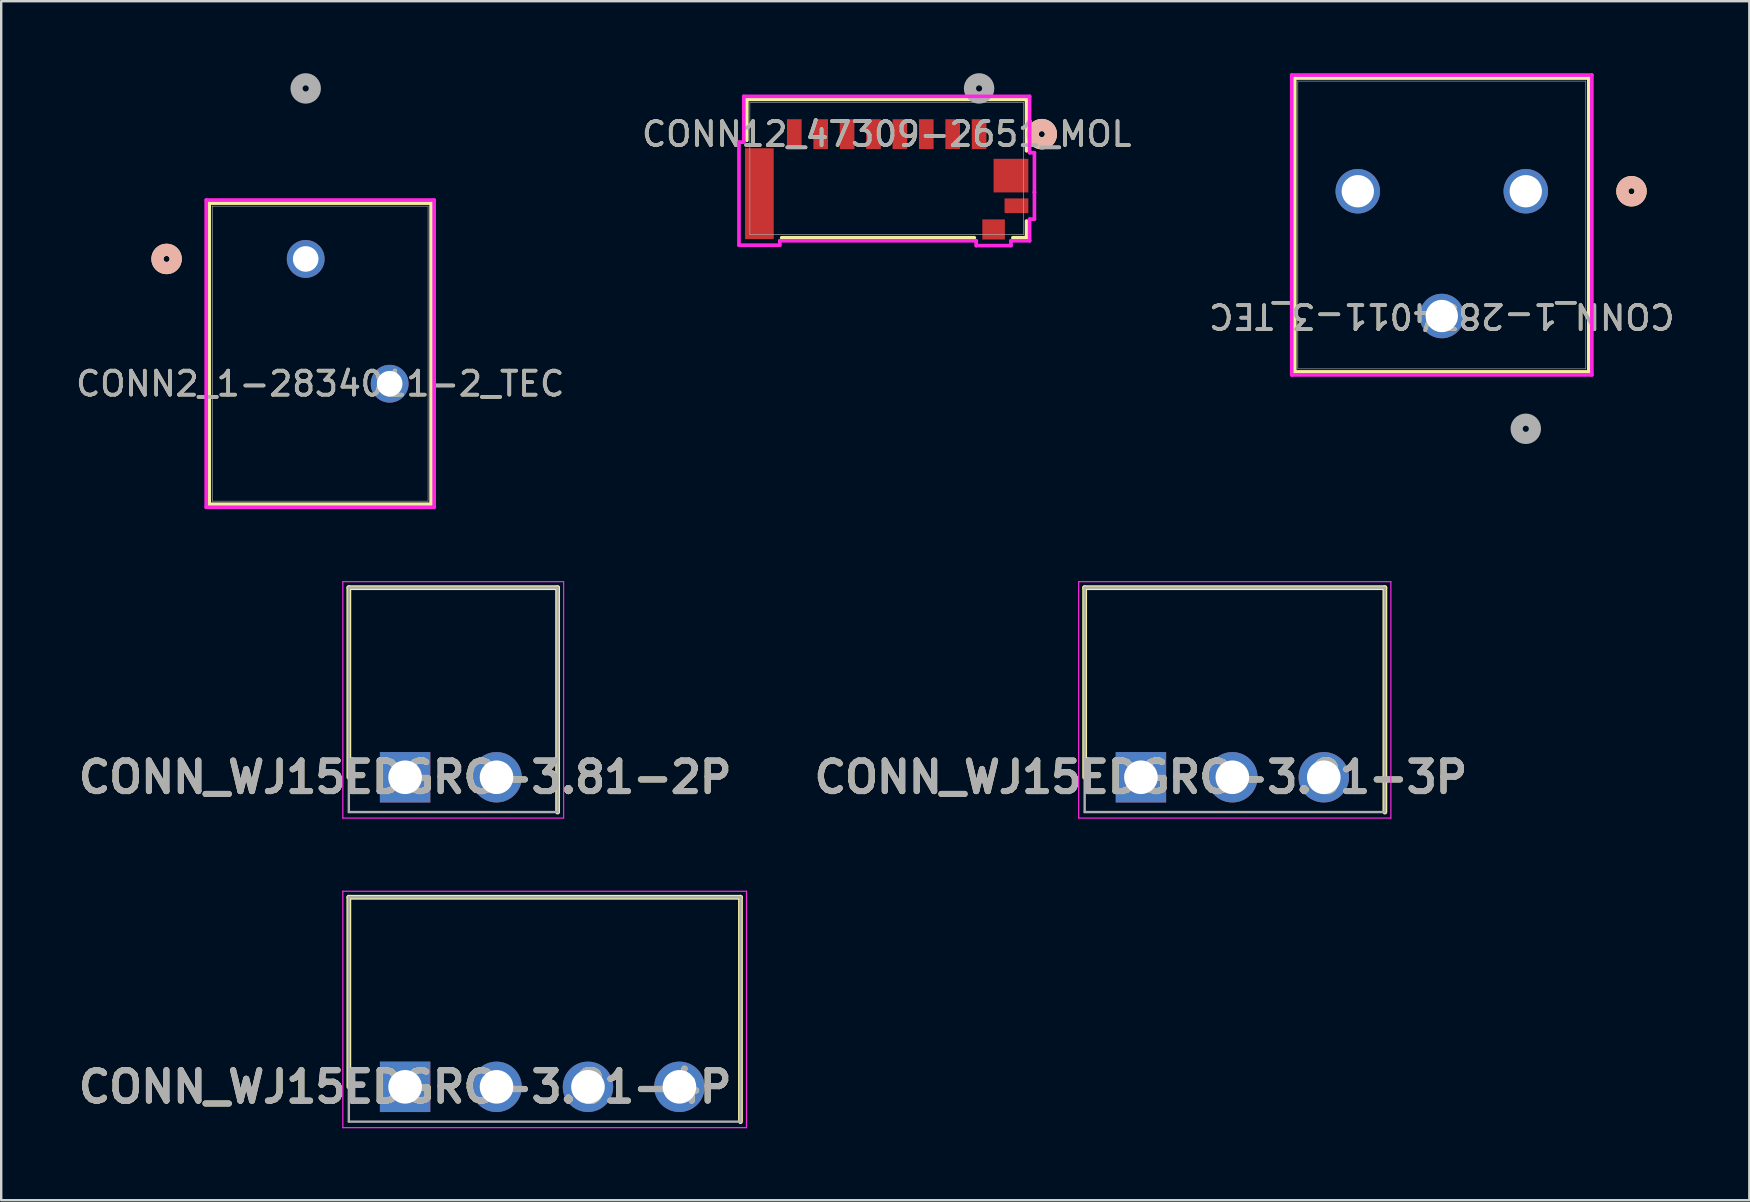
<source format=kicad_pcb>
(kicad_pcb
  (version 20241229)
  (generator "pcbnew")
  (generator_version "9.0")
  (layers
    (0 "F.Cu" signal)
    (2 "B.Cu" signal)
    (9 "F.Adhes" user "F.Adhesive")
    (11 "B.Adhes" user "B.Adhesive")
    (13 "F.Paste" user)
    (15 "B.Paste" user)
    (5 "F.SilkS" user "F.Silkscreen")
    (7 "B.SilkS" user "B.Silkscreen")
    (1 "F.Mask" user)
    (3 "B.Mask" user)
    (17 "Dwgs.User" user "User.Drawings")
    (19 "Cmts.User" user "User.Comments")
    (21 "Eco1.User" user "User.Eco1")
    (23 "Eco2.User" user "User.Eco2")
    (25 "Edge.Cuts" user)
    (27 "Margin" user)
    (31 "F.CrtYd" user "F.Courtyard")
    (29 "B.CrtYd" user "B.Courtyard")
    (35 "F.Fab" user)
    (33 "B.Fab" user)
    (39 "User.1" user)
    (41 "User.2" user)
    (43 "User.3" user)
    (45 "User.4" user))
  (footprint "CONN_WJ15EDGRC-3.81-2P"
    (layer "F.Cu")
    (at 13.831 29.339)
    (property "Reference" "CONN_WJ15EDGRC-3.81-2P" (at 0 0 0) (layer "F.SilkS") (effects (font (size 1.27 1.27) (thickness 0.254))))
    (attr through_hole)
    (fp_line (start -2.345 -7.9) (end 6.355 -7.9) (stroke (width 0.2) (type solid)) (layer "F.SilkS"))
    (fp_line (start -2.345 0) (end -2.345 -7.9) (stroke (width 0.2) (type solid)) (layer "F.SilkS"))
    (fp_line (start 6.355 -7.9) (end 6.355 1.45) (stroke (width 0.2) (type solid)) (layer "F.SilkS"))
    (fp_line (start -2.595 -8.15) (end -2.595 1.7) (stroke (width 0.05) (type solid)) (layer "F.CrtYd"))
    (fp_line (start -2.595 1.7) (end 6.605 1.7) (stroke (width 0.05) (type solid)) (layer "F.CrtYd"))
    (fp_line (start 6.605 -8.15) (end -2.595 -8.15) (stroke (width 0.05) (type solid)) (layer "F.CrtYd"))
    (fp_line (start 6.605 1.7) (end 6.605 -8.15) (stroke (width 0.05) (type solid)) (layer "F.CrtYd"))
    (fp_line (start -2.345 -7.9) (end 6.355 -7.9) (stroke (width 0.1) (type solid)) (layer "F.Fab"))
    (fp_line (start -2.345 1.45) (end -2.345 -7.9) (stroke (width 0.1) (type solid)) (layer "F.Fab"))
    (fp_line (start 6.355 -7.9) (end 6.355 1.45) (stroke (width 0.1) (type solid)) (layer "F.Fab"))
    (fp_line (start 6.355 1.45) (end -2.345 1.45) (stroke (width 0.1) (type solid)) (layer "F.Fab"))
    (fp_text user "${REFERENCE}" (at 0 0 0) (layer "F.Fab") (effects (font (size 1.27 1.27) (thickness 0.254))))
    (pad "1" thru_hole rect (at 0 0) (size 2.1 2.1) (drill 1.4) (layers "*.Cu" "*.Mask"))
    (pad "2" thru_hole circle (at 3.81 0) (size 2.1 2.1) (drill 1.4) (layers "*.Cu" "*.Mask")))
  (footprint "CONN_WJ15EDGRC-3.81-3P"
    (layer "F.Cu")
    (at 44.493 29.339)
    (property "Reference" "CONN_WJ15EDGRC-3.81-3P" (at 0 0 0) (layer "F.SilkS") (effects (font (size 1.27 1.27) (thickness 0.254))))
    (attr through_hole)
    (fp_line (start -2.345 -7.9) (end 10.165 -7.9) (stroke (width 0.2) (type solid)) (layer "F.SilkS"))
    (fp_line (start -2.345 0) (end -2.345 -7.9) (stroke (width 0.2) (type solid)) (layer "F.SilkS"))
    (fp_line (start 10.165 -7.9) (end 10.165 1.45) (stroke (width 0.2) (type solid)) (layer "F.SilkS"))
    (fp_line (start -2.595 -8.15) (end -2.595 1.7) (stroke (width 0.05) (type solid)) (layer "F.CrtYd"))
    (fp_line (start -2.595 1.7) (end 10.415 1.7) (stroke (width 0.05) (type solid)) (layer "F.CrtYd"))
    (fp_line (start 10.415 -8.15) (end -2.595 -8.15) (stroke (width 0.05) (type solid)) (layer "F.CrtYd"))
    (fp_line (start 10.415 1.7) (end 10.415 -8.15) (stroke (width 0.05) (type solid)) (layer "F.CrtYd"))
    (fp_line (start -2.345 -7.9) (end 10.165 -7.9) (stroke (width 0.1) (type solid)) (layer "F.Fab"))
    (fp_line (start -2.345 1.45) (end -2.345 -7.9) (stroke (width 0.1) (type solid)) (layer "F.Fab"))
    (fp_line (start 10.165 -7.9) (end 10.165 1.45) (stroke (width 0.1) (type solid)) (layer "F.Fab"))
    (fp_line (start 10.165 1.45) (end -2.345 1.45) (stroke (width 0.1) (type solid)) (layer "F.Fab"))
    (fp_text user "${REFERENCE}" (at 0 0 0) (layer "F.Fab") (effects (font (size 1.27 1.27) (thickness 0.254))))
    (pad "1" thru_hole rect (at 0 0) (size 2.1 2.1) (drill 1.4) (layers "*.Cu" "*.Mask"))
    (pad "2" thru_hole circle (at 3.81 0) (size 2.1 2.1) (drill 1.4) (layers "*.Cu" "*.Mask"))
    (pad "3" thru_hole circle (at 7.62 0) (size 2.1 2.1) (drill 1.4) (layers "*.Cu" "*.Mask")))
  (footprint "CONN_1-2834011-3_TEC"
    (layer "F.Cu")
    (at 57.03 6.055)
    (property "Reference" "CONN_1-2834011-3_TEC" (at 0 4.064 180) (unlocked yes) (layer "F.SilkS") (effects (font (size 1 1) (thickness 0.15))))
    (attr through_hole)
    (fp_line (start -6.127 -5.852) (end 6.127 -5.852) (stroke (width 0.152) (type solid)) (layer "F.SilkS"))
    (fp_line (start -6.127 6.391) (end -6.127 -5.852) (stroke (width 0.152) (type solid)) (layer "F.SilkS"))
    (fp_line (start 6.127 -5.852) (end 6.127 6.391) (stroke (width 0.152) (type solid)) (layer "F.SilkS"))
    (fp_line (start 6.127 6.391) (end -6.127 6.391) (stroke (width 0.152) (type solid)) (layer "F.SilkS"))
    (fp_circle (center 7.905 -1.136) (end 7.524 -1.136) (stroke (width 0.508) (type solid)) (fill no) (layer "F.SilkS"))
    (fp_circle (center 7.905 -1.136) (end 7.524 -1.136) (stroke (width 0.508) (type solid)) (fill no) (layer "B.SilkS"))
    (fp_line (start -6.254 -5.979) (end 6.254 -5.979) (stroke (width 0.152) (type solid)) (layer "F.CrtYd"))
    (fp_line (start -6.254 6.518) (end -6.254 -5.979) (stroke (width 0.152) (type solid)) (layer "F.CrtYd"))
    (fp_line (start 6.254 -5.979) (end 6.254 6.518) (stroke (width 0.152) (type solid)) (layer "F.CrtYd"))
    (fp_line (start 6.254 6.518) (end -6.254 6.518) (stroke (width 0.152) (type solid)) (layer "F.CrtYd"))
    (fp_line (start -6 -5.725) (end 6 -5.725) (stroke (width 0.025) (type solid)) (layer "F.Fab"))
    (fp_line (start -6 6.264) (end -6 -5.725) (stroke (width 0.025) (type solid)) (layer "F.Fab"))
    (fp_line (start 6 -5.725) (end 6 6.264) (stroke (width 0.025) (type solid)) (layer "F.Fab"))
    (fp_line (start 6 6.264) (end -6 6.264) (stroke (width 0.025) (type solid)) (layer "F.Fab"))
    (fp_circle (center 3.5 8.763) (end 3.119 8.763) (stroke (width 0.508) (type solid)) (fill no) (layer "F.Fab"))
    (fp_text user "${REFERENCE}" (at 0 4.064 180) (unlocked yes) (layer "F.Fab") (effects (font (size 1 1) (thickness 0.15))))
    (pad "1" thru_hole circle (at 3.5 -1.136 180) (size 1.854 1.854) (drill 1.346) (layers "*.Cu" "*.Mask"))
    (pad "2" thru_hole circle (at 0 4.064 180) (size 1.854 1.854) (drill 1.346) (layers "*.Cu" "*.Mask"))
    (pad "3" thru_hole circle (at -3.5 -1.136 180) (size 1.854 1.854) (drill 1.346) (layers "*.Cu" "*.Mask")))
  (footprint "CONN12_47309-2651_MOL"
    (layer "F.Cu")
    (at 33.899 3.974)
    (property "Reference" "CONN12_47309-2651_MOL" (at 0 -1.434 0) (unlocked yes) (layer "F.SilkS") (effects (font (size 1 1) (thickness 0.15))))
    (attr smd)
    (fp_line (start -5.829 -2.883) (end 5.829 -2.883) (stroke (width 0.152) (type solid)) (layer "F.SilkS"))
    (fp_line (start -5.829 -1.179) (end -5.829 -2.883) (stroke (width 0.152) (type solid)) (layer "F.SilkS"))
    (fp_line (start 3.652 2.883) (end -4.376 2.883) (stroke (width 0.152) (type solid)) (layer "F.SilkS"))
    (fp_line (start 5.829 -2.883) (end 5.829 -0.739) (stroke (width 0.152) (type solid)) (layer "F.SilkS"))
    (fp_line (start 5.829 2.186) (end 5.829 2.883) (stroke (width 0.152) (type solid)) (layer "F.SilkS"))
    (fp_line (start 5.829 2.883) (end 5.257 2.883) (stroke (width 0.152) (type solid)) (layer "F.SilkS"))
    (fp_circle (center 6.464 -1.434) (end 6.845 -1.434) (stroke (width 0.508) (type solid)) (fill no) (layer "F.SilkS"))
    (fp_circle (center 6.464 -1.434) (end 6.845 -1.434) (stroke (width 0.508) (type solid)) (fill no) (layer "B.SilkS"))
    (fp_line (start -6.156 -1.1) (end -6.156 3.193) (stroke (width 0.152) (type solid)) (layer "F.CrtYd"))
    (fp_line (start -6.156 3.193) (end -4.455 3.193) (stroke (width 0.152) (type solid)) (layer "F.CrtYd"))
    (fp_line (start -5.956 -3.01) (end -5.956 -1.1) (stroke (width 0.152) (type solid)) (layer "F.CrtYd"))
    (fp_line (start -5.956 -1.1) (end -6.156 -1.1) (stroke (width 0.152) (type solid)) (layer "F.CrtYd"))
    (fp_line (start -4.455 3.01) (end 3.731 3.01) (stroke (width 0.152) (type solid)) (layer "F.CrtYd"))
    (fp_line (start -4.455 3.193) (end -4.455 3.01) (stroke (width 0.152) (type solid)) (layer "F.CrtYd"))
    (fp_line (start 3.731 3.01) (end 3.731 3.21) (stroke (width 0.152) (type solid)) (layer "F.CrtYd"))
    (fp_line (start 3.731 3.21) (end 5.178 3.21) (stroke (width 0.152) (type solid)) (layer "F.CrtYd"))
    (fp_line (start 5.178 3.01) (end 5.956 3.01) (stroke (width 0.152) (type solid)) (layer "F.CrtYd"))
    (fp_line (start 5.178 3.21) (end 5.178 3.01) (stroke (width 0.152) (type solid)) (layer "F.CrtYd"))
    (fp_line (start 5.956 -3.01) (end -5.956 -3.01) (stroke (width 0.152) (type solid)) (layer "F.CrtYd"))
    (fp_line (start 5.956 -0.66) (end 5.956 -3.01) (stroke (width 0.152) (type solid)) (layer "F.CrtYd"))
    (fp_line (start 5.956 2.108) (end 6.156 2.108) (stroke (width 0.152) (type solid)) (layer "F.CrtYd"))
    (fp_line (start 5.956 3.01) (end 5.956 2.108) (stroke (width 0.152) (type solid)) (layer "F.CrtYd"))
    (fp_line (start 6.156 -0.66) (end 5.956 -0.66) (stroke (width 0.152) (type solid)) (layer "F.CrtYd"))
    (fp_line (start 6.156 0.99) (end 6.156 -0.66) (stroke (width 0.152) (type solid)) (layer "F.CrtYd"))
    (fp_line (start 6.156 0.99) (end 6.156 0.99) (stroke (width 0.152) (type solid)) (layer "F.CrtYd"))
    (fp_line (start 6.156 2.108) (end 6.156 0.99) (stroke (width 0.152) (type solid)) (layer "F.CrtYd"))
    (fp_line (start -5.702 -2.756) (end -5.702 2.756) (stroke (width 0.025) (type solid)) (layer "F.Fab"))
    (fp_line (start -5.702 2.756) (end 5.702 2.756) (stroke (width 0.025) (type solid)) (layer "F.Fab"))
    (fp_line (start 5.702 -2.756) (end -5.702 -2.756) (stroke (width 0.025) (type solid)) (layer "F.Fab"))
    (fp_line (start 5.702 2.756) (end 5.702 -2.756) (stroke (width 0.025) (type solid)) (layer "F.Fab"))
    (fp_circle (center 3.85 -3.339) (end 4.231 -3.339) (stroke (width 0.508) (type solid)) (fill no) (layer "F.Fab"))
    (fp_text user "${REFERENCE}" (at 0 -1.434 0) (unlocked yes) (layer "F.Fab") (effects (font (size 1 1) (thickness 0.15))))
    (pad "1" smd rect (at 3.85 -1.434) (size 0.61 1.245) (layers "F.Cu" "F.Mask" "F.Paste"))
    (pad "2" smd rect (at 2.75 -1.434) (size 0.61 1.245) (layers "F.Cu" "F.Mask" "F.Paste"))
    (pad "3" smd rect (at 1.65 -1.434) (size 0.61 1.245) (layers "F.Cu" "F.Mask" "F.Paste"))
    (pad "4" smd rect (at 0.55 -1.434) (size 0.61 1.245) (layers "F.Cu" "F.Mask" "F.Paste"))
    (pad "5" smd rect (at -0.55 -1.434) (size 0.61 1.245) (layers "F.Cu" "F.Mask" "F.Paste"))
    (pad "6" smd rect (at -1.65 -1.434) (size 0.61 1.245) (layers "F.Cu" "F.Mask" "F.Paste"))
    (pad "7" smd rect (at -2.75 -1.434) (size 0.61 1.245) (layers "F.Cu" "F.Mask" "F.Paste"))
    (pad "8" smd rect (at -3.85 -1.434) (size 0.61 1.245) (layers "F.Cu" "F.Mask" "F.Paste"))
    (pad "G1" smd rect (at -5.305 1.046) (size 1.194 3.785) (layers "F.Cu" "F.Mask" "F.Paste"))
    (pad "G2" smd rect (at 5.178 0.294) (size 1.448 1.4) (layers "F.Cu" "F.Mask" "F.Paste"))
    (pad "G3" smd rect (at 5.407 1.549) (size 0.991 0.61) (layers "F.Cu" "F.Mask" "F.Paste"))
    (pad "G4" smd rect (at 4.455 2.537) (size 0.94 0.838) (layers "F.Cu" "F.Mask" "F.Paste")))
  (footprint "CONN2_1-2834011-2_TEC"
    (layer "F.Cu")
    (at 9.688 7.74)
    (property "Reference" "CONN2_1-2834011-2_TEC" (at 0.604 5.2 0) (unlocked yes) (layer "F.SilkS") (effects (font (size 1 1) (thickness 0.15))))
    (attr through_hole)
    (fp_line (start -4.019 -2.327) (end -4.019 10.221) (stroke (width 0.152) (type solid)) (layer "F.SilkS"))
    (fp_line (start -4.019 10.221) (end 5.227 10.221) (stroke (width 0.152) (type solid)) (layer "F.SilkS"))
    (fp_line (start 5.227 -2.327) (end -4.019 -2.327) (stroke (width 0.152) (type solid)) (layer "F.SilkS"))
    (fp_line (start 5.227 10.221) (end 5.227 -2.327) (stroke (width 0.152) (type solid)) (layer "F.SilkS"))
    (fp_circle (center -5.797 0) (end -5.416 0) (stroke (width 0.508) (type solid)) (fill no) (layer "F.SilkS"))
    (fp_circle (center -5.797 0) (end -5.416 0) (stroke (width 0.508) (type solid)) (fill no) (layer "B.SilkS"))
    (fp_line (start -4.146 -2.454) (end -4.146 10.348) (stroke (width 0.152) (type solid)) (layer "F.CrtYd"))
    (fp_line (start -4.146 10.348) (end 5.354 10.348) (stroke (width 0.152) (type solid)) (layer "F.CrtYd"))
    (fp_line (start 5.354 -2.454) (end -4.146 -2.454) (stroke (width 0.152) (type solid)) (layer "F.CrtYd"))
    (fp_line (start 5.354 10.348) (end 5.354 -2.454) (stroke (width 0.152) (type solid)) (layer "F.CrtYd"))
    (fp_line (start -3.892 -2.2) (end -3.892 10.094) (stroke (width 0.025) (type solid)) (layer "F.Fab"))
    (fp_line (start -3.892 10.094) (end 5.1 10.094) (stroke (width 0.025) (type solid)) (layer "F.Fab"))
    (fp_line (start 5.1 -2.2) (end -3.892 -2.2) (stroke (width 0.025) (type solid)) (layer "F.Fab"))
    (fp_line (start 5.1 10.094) (end 5.1 -2.2) (stroke (width 0.025) (type solid)) (layer "F.Fab"))
    (fp_circle (center 0 -7.105) (end 0.381 -7.105) (stroke (width 0.508) (type solid)) (fill no) (layer "F.Fab"))
    (fp_text user "${REFERENCE}" (at 0.604 5.2 0) (unlocked yes) (layer "F.Fab") (effects (font (size 1 1) (thickness 0.15))))
    (pad "1" thru_hole circle (at 0 0) (size 1.575 1.575) (drill 1.067) (layers "*.Cu" "*.Mask"))
    (pad "2" thru_hole circle (at 3.5 5.2) (size 1.575 1.575) (drill 1.067) (layers "*.Cu" "*.Mask")))
  (footprint "CONN_WJ15EDGRC-3.81-4P"
    (layer "F.Cu")
    (at 13.831 42.239)
    (property "Reference" "CONN_WJ15EDGRC-3.81-4P" (at 0 0 0) (layer "F.SilkS") (effects (font (size 1.27 1.27) (thickness 0.254))))
    (attr through_hole)
    (fp_line (start -2.345 -7.9) (end 13.975 -7.9) (stroke (width 0.2) (type solid)) (layer "F.SilkS"))
    (fp_line (start -2.345 0) (end -2.345 -7.9) (stroke (width 0.2) (type solid)) (layer "F.SilkS"))
    (fp_line (start 13.975 -7.9) (end 13.975 1.45) (stroke (width 0.2) (type solid)) (layer "F.SilkS"))
    (fp_line (start -2.595 -8.15) (end -2.595 1.7) (stroke (width 0.05) (type solid)) (layer "F.CrtYd"))
    (fp_line (start -2.595 1.7) (end 14.225 1.7) (stroke (width 0.05) (type solid)) (layer "F.CrtYd"))
    (fp_line (start 14.225 -8.15) (end -2.595 -8.15) (stroke (width 0.05) (type solid)) (layer "F.CrtYd"))
    (fp_line (start 14.225 1.7) (end 14.225 -8.15) (stroke (width 0.05) (type solid)) (layer "F.CrtYd"))
    (fp_line (start -2.345 -7.9) (end 13.975 -7.9) (stroke (width 0.1) (type solid)) (layer "F.Fab"))
    (fp_line (start -2.345 1.45) (end -2.345 -7.9) (stroke (width 0.1) (type solid)) (layer "F.Fab"))
    (fp_line (start 13.975 -7.9) (end 13.975 1.45) (stroke (width 0.1) (type solid)) (layer "F.Fab"))
    (fp_line (start 13.975 1.45) (end -2.345 1.45) (stroke (width 0.1) (type solid)) (layer "F.Fab"))
    (fp_text user "${REFERENCE}" (at 0 0 0) (layer "F.Fab") (effects (font (size 1.27 1.27) (thickness 0.254))))
    (pad "1" thru_hole rect (at 0 0) (size 2.1 2.1) (drill 1.4) (layers "*.Cu" "*.Mask"))
    (pad "2" thru_hole circle (at 3.81 0) (size 2.1 2.1) (drill 1.4) (layers "*.Cu" "*.Mask"))
    (pad "3" thru_hole circle (at 7.62 0) (size 2.1 2.1) (drill 1.4) (layers "*.Cu" "*.Mask"))
    (pad "4" thru_hole circle (at 11.43 0) (size 2.1 2.1) (drill 1.4) (layers "*.Cu" "*.Mask")))
  (gr_rect
    (start -3 -3)
    (end 69.845 46.964)
    (stroke (width 0.1) (type default))
    (fill no)
    (layer "Edge.Cuts")))
</source>
